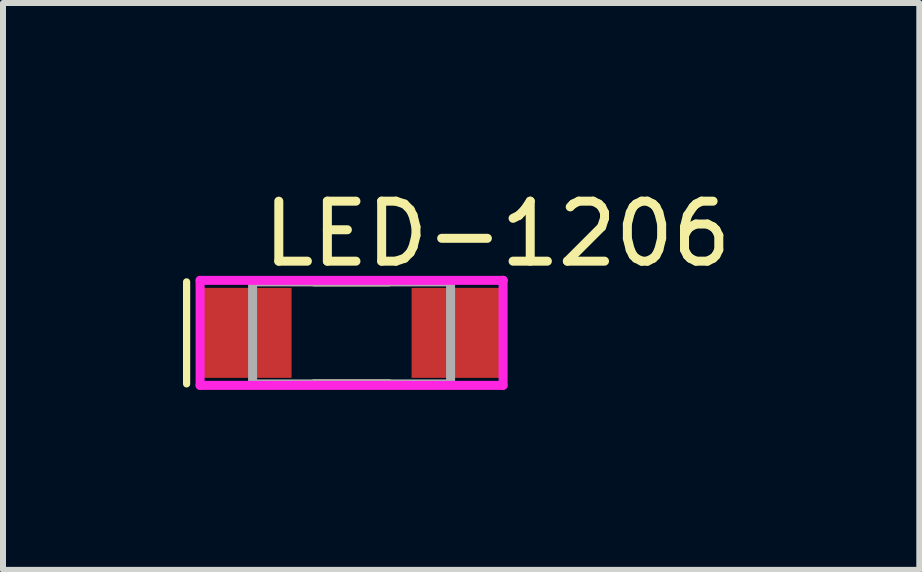
<source format=kicad_pcb>
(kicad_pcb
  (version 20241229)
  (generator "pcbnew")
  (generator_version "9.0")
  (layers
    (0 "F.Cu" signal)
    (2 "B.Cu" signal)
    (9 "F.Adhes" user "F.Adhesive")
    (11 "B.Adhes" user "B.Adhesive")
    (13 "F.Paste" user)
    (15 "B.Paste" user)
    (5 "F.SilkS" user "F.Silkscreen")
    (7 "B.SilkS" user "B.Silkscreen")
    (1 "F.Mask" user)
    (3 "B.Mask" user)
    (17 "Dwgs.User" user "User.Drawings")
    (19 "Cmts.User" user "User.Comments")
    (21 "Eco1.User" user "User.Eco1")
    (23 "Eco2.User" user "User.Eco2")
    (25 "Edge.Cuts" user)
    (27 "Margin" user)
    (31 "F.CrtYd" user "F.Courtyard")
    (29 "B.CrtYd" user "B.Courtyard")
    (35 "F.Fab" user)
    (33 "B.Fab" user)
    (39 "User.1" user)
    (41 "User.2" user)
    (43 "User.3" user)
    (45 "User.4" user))
  (footprint "LED-1206"
    (layer "F.Cu")
    (at 2.81 2.498)
    (property "Reference" "LED-1206" (at -1.55 -1.65 0) (layer "F.SilkS") (effects (font (size 1 1) (thickness 0.15)) (justify left)))
    (attr through_hole)
    (fp_line (start -2.75 -0.85) (end -2.75 0.85) (stroke (width 0.12) (type solid)) (layer "F.SilkS"))
    (fp_line (start -0.625 -0.85) (end 0.625 -0.85) (stroke (width 0.15) (type solid)) (layer "F.SilkS"))
    (fp_line (start -0.625 0.85) (end 0.625 0.85) (stroke (width 0.15) (type solid)) (layer "F.SilkS"))
    (fp_line (start -2.525 -0.875) (end -2.525 0.875) (stroke (width 0.15) (type solid)) (layer "F.CrtYd"))
    (fp_line (start -2.525 0.875) (end 2.525 0.875) (stroke (width 0.15) (type solid)) (layer "F.CrtYd"))
    (fp_line (start 2.525 -0.875) (end -2.525 -0.875) (stroke (width 0.15) (type solid)) (layer "F.CrtYd"))
    (fp_line (start 2.525 -0.875) (end 2.525 -0.875) (stroke (width 0.15) (type solid)) (layer "F.CrtYd"))
    (fp_line (start 2.525 0.875) (end 2.525 -0.875) (stroke (width 0.15) (type solid)) (layer "F.CrtYd"))
    (fp_line (start -1.65 -0.85) (end 1.65 -0.85) (stroke (width 0.15) (type solid)) (layer "F.Fab"))
    (fp_line (start -1.65 0.85) (end -1.65 -0.85) (stroke (width 0.15) (type solid)) (layer "F.Fab"))
    (fp_line (start 1.65 -0.85) (end 1.65 0.85) (stroke (width 0.15) (type solid)) (layer "F.Fab"))
    (fp_line (start 1.65 0.85) (end -1.65 0.85) (stroke (width 0.15) (type solid)) (layer "F.Fab"))
    (pad "1" smd rect (at 1.75 0) (size 1.5 1.5) (layers "F.Cu" "F.Mask" "F.Paste"))
    (pad "2" smd rect (at -1.75 0) (size 1.5 1.5) (layers "F.Cu" "F.Mask" "F.Paste")))
  (gr_rect
    (start -3 -3)
    (end 12.272 6.448)
    (stroke (width 0.1) (type default))
    (fill no)
    (layer "Edge.Cuts")))
</source>
